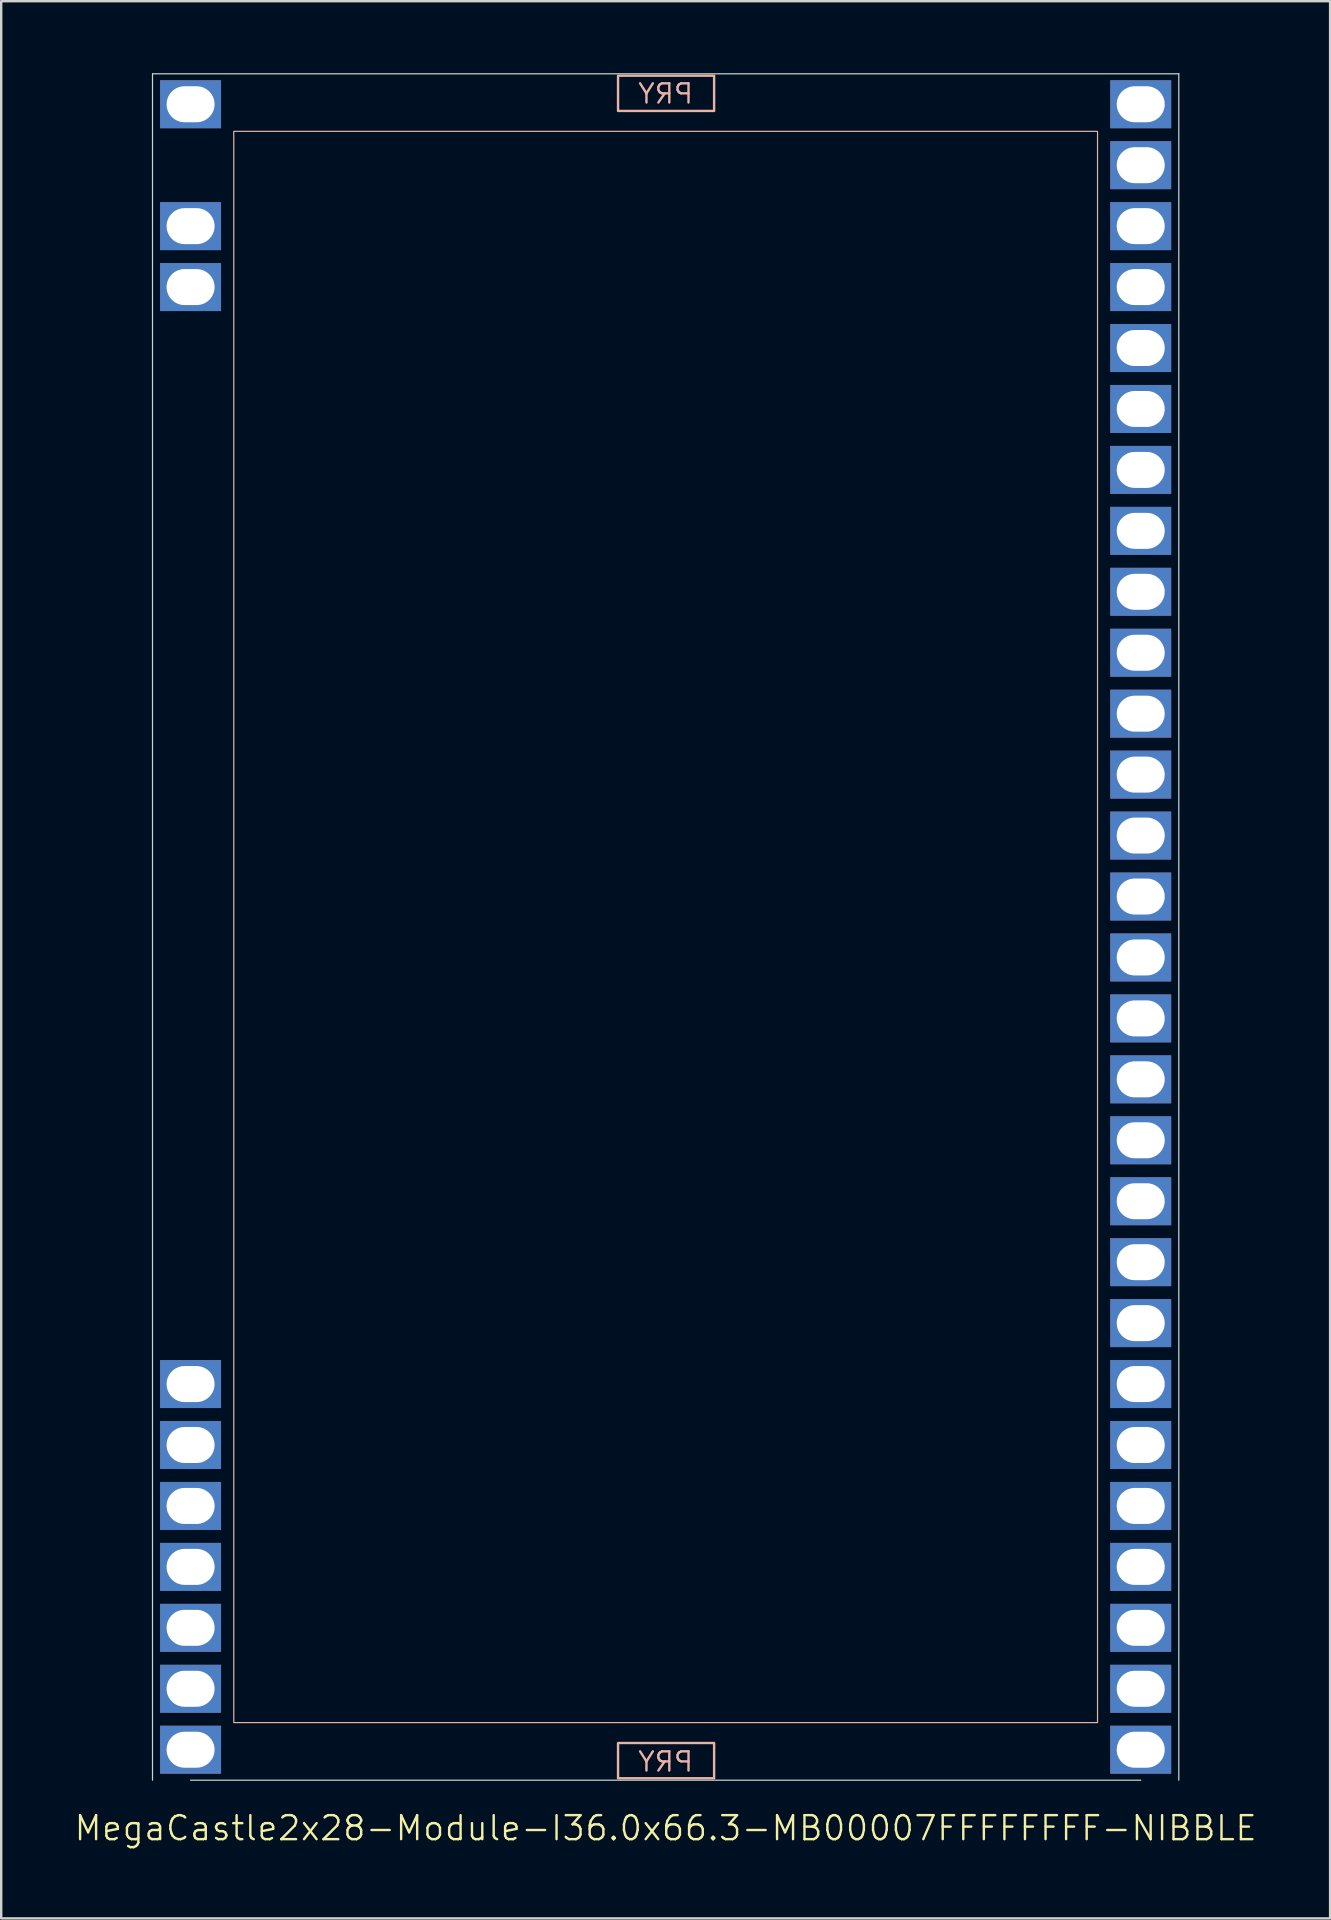
<source format=kicad_pcb>
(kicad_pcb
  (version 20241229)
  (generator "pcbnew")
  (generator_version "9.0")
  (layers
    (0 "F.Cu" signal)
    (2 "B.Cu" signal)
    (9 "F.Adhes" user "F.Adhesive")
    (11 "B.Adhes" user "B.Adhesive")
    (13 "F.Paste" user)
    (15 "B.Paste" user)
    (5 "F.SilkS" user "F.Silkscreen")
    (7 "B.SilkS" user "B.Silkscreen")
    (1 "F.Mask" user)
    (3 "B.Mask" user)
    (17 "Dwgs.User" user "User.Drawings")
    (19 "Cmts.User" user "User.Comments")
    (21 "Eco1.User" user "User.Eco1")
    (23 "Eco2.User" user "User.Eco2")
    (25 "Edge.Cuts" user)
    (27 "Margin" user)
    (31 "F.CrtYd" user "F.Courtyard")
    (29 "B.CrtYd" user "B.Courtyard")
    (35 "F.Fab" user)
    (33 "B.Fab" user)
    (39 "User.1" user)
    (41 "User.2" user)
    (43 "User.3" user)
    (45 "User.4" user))
  (footprint "MegaCastle2x28-Module-I36.0x66.3-MB00007FFFFFFFF-NIBBLE"
    (layer "F.Cu")
    (at 24.693 35.585)
    (property "Reference" "MegaCastle2x28-Module-I36.0x66.3-MB00007FFFFFFFF-NIBBLE" (at 0 37.56 0) (unlocked yes) (layer "F.SilkS") (effects (font (size 1 1) (thickness 0.1))))
    (attr smd)
    (fp_rect (start -18 33.16) (end 18 -33.16) (stroke (width 0.05) (type default)) (fill no) (layer "B.SilkS"))
    (fp_rect (start -1.984 -34.011) (end 2.02 -35.48) (stroke (width 0.1) (type default)) (fill no) (layer "B.SilkS"))
    (fp_rect (start -1.984 34.011) (end 2.02 35.48) (stroke (width 0.1) (type default)) (fill no) (layer "B.SilkS"))
    (fp_line (start -21.387 -35.56) (end -21.387 35.56) (stroke (width 0.05) (type default)) (layer "Edge.Cuts"))
    (fp_line (start -21.387 -35.56) (end 21.387 -35.56) (stroke (width 0.05) (type default)) (layer "Edge.Cuts"))
    (fp_line (start -19.8 35.56) (end 19.8 35.56) (stroke (width 0.05) (type default)) (layer "Edge.Cuts"))
    (fp_line (start 21.387 -35.56) (end 21.387 35.56) (stroke (width 0.05) (type default)) (layer "Edge.Cuts"))
    (fp_text user "PRY" (at 0 35.26 0) (unlocked yes) (layer "B.SilkS") (effects (font (size 0.8 0.8) (thickness 0.1)) (justify bottom mirror)))
    (fp_text user "PRY" (at 0 -34.26 0) (unlocked yes) (layer "B.SilkS") (effects (font (size 0.8 0.8) (thickness 0.1)) (justify bottom mirror)))
    (pad "1" thru_hole rect (at -19.8 -34.29) (size 2.54 2) (drill oval 2 1.5) (property pad_prop_castellated) (layers "*.Cu" "*.Mask"))
    (pad "3" thru_hole rect (at -19.8 -29.21) (size 2.54 2) (drill oval 2 1.5) (property pad_prop_castellated) (layers "*.Cu" "*.Mask"))
    (pad "4" thru_hole rect (at -19.8 -26.67) (size 2.54 2) (drill oval 2 1.5) (property pad_prop_castellated) (layers "*.Cu" "*.Mask"))
    (pad "22" thru_hole rect (at -19.8 19.05) (size 2.54 2) (drill oval 2 1.5) (property pad_prop_castellated) (layers "*.Cu" "*.Mask"))
    (pad "23" thru_hole rect (at -19.8 21.59) (size 2.54 2) (drill oval 2 1.5) (property pad_prop_castellated) (layers "*.Cu" "*.Mask"))
    (pad "24" thru_hole rect (at -19.8 24.13) (size 2.54 2) (drill oval 2 1.5) (property pad_prop_castellated) (layers "*.Cu" "*.Mask"))
    (pad "25" thru_hole rect (at -19.8 26.67) (size 2.54 2) (drill oval 2 1.5) (property pad_prop_castellated) (layers "*.Cu" "*.Mask"))
    (pad "26" thru_hole rect (at -19.8 29.21) (size 2.54 2) (drill oval 2 1.5) (property pad_prop_castellated) (layers "*.Cu" "*.Mask"))
    (pad "27" thru_hole rect (at -19.8 31.75) (size 2.54 2) (drill oval 2 1.5) (property pad_prop_castellated) (layers "*.Cu" "*.Mask"))
    (pad "28" thru_hole rect (at -19.8 34.29) (size 2.54 2) (drill oval 2 1.5) (property pad_prop_castellated) (layers "*.Cu" "*.Mask"))
    (pad "29" thru_hole rect (at 19.8 -34.29) (size 2.54 2) (drill oval 2 1.5) (property pad_prop_castellated) (layers "*.Cu" "*.Mask"))
    (pad "30" thru_hole rect (at 19.8 -31.75) (size 2.54 2) (drill oval 2 1.5) (property pad_prop_castellated) (layers "*.Cu" "*.Mask"))
    (pad "31" thru_hole rect (at 19.8 -29.21) (size 2.54 2) (drill oval 2 1.5) (property pad_prop_castellated) (layers "*.Cu" "*.Mask"))
    (pad "32" thru_hole rect (at 19.8 -26.67) (size 2.54 2) (drill oval 2 1.5) (property pad_prop_castellated) (layers "*.Cu" "*.Mask"))
    (pad "33" thru_hole rect (at 19.8 -24.13) (size 2.54 2) (drill oval 2 1.5) (property pad_prop_castellated) (layers "*.Cu" "*.Mask"))
    (pad "34" thru_hole rect (at 19.8 -21.59) (size 2.54 2) (drill oval 2 1.5) (property pad_prop_castellated) (layers "*.Cu" "*.Mask"))
    (pad "35" thru_hole rect (at 19.8 -19.05) (size 2.54 2) (drill oval 2 1.5) (property pad_prop_castellated) (layers "*.Cu" "*.Mask"))
    (pad "36" thru_hole rect (at 19.8 -16.51) (size 2.54 2) (drill oval 2 1.5) (property pad_prop_castellated) (layers "*.Cu" "*.Mask"))
    (pad "37" thru_hole rect (at 19.8 -13.97) (size 2.54 2) (drill oval 2 1.5) (property pad_prop_castellated) (layers "*.Cu" "*.Mask"))
    (pad "38" thru_hole rect (at 19.8 -11.43) (size 2.54 2) (drill oval 2 1.5) (property pad_prop_castellated) (layers "*.Cu" "*.Mask"))
    (pad "39" thru_hole rect (at 19.8 -8.89) (size 2.54 2) (drill oval 2 1.5) (property pad_prop_castellated) (layers "*.Cu" "*.Mask"))
    (pad "40" thru_hole rect (at 19.8 -6.35) (size 2.54 2) (drill oval 2 1.5) (property pad_prop_castellated) (layers "*.Cu" "*.Mask"))
    (pad "41" thru_hole rect (at 19.8 -3.81) (size 2.54 2) (drill oval 2 1.5) (property pad_prop_castellated) (layers "*.Cu" "*.Mask"))
    (pad "42" thru_hole rect (at 19.8 -1.27) (size 2.54 2) (drill oval 2 1.5) (property pad_prop_castellated) (layers "*.Cu" "*.Mask"))
    (pad "43" thru_hole rect (at 19.8 1.27) (size 2.54 2) (drill oval 2 1.5) (property pad_prop_castellated) (layers "*.Cu" "*.Mask"))
    (pad "44" thru_hole rect (at 19.8 3.81) (size 2.54 2) (drill oval 2 1.5) (property pad_prop_castellated) (layers "*.Cu" "*.Mask"))
    (pad "45" thru_hole rect (at 19.8 6.35) (size 2.54 2) (drill oval 2 1.5) (property pad_prop_castellated) (layers "*.Cu" "*.Mask"))
    (pad "46" thru_hole rect (at 19.8 8.89) (size 2.54 2) (drill oval 2 1.5) (property pad_prop_castellated) (layers "*.Cu" "*.Mask"))
    (pad "47" thru_hole rect (at 19.8 11.43) (size 2.54 2) (drill oval 2 1.5) (property pad_prop_castellated) (layers "*.Cu" "*.Mask"))
    (pad "48" thru_hole rect (at 19.8 13.97) (size 2.54 2) (drill oval 2 1.5) (property pad_prop_castellated) (layers "*.Cu" "*.Mask"))
    (pad "49" thru_hole rect (at 19.8 16.51) (size 2.54 2) (drill oval 2 1.5) (property pad_prop_castellated) (layers "*.Cu" "*.Mask"))
    (pad "50" thru_hole rect (at 19.8 19.05) (size 2.54 2) (drill oval 2 1.5) (property pad_prop_castellated) (layers "*.Cu" "*.Mask"))
    (pad "51" thru_hole rect (at 19.8 21.59) (size 2.54 2) (drill oval 2 1.5) (property pad_prop_castellated) (layers "*.Cu" "*.Mask"))
    (pad "52" thru_hole rect (at 19.8 24.13) (size 2.54 2) (drill oval 2 1.5) (property pad_prop_castellated) (layers "*.Cu" "*.Mask"))
    (pad "53" thru_hole rect (at 19.8 26.67) (size 2.54 2) (drill oval 2 1.5) (property pad_prop_castellated) (layers "*.Cu" "*.Mask"))
    (pad "54" thru_hole rect (at 19.8 29.21) (size 2.54 2) (drill oval 2 1.5) (property pad_prop_castellated) (layers "*.Cu" "*.Mask"))
    (pad "55" thru_hole rect (at 19.8 31.75) (size 2.54 2) (drill oval 2 1.5) (property pad_prop_castellated) (layers "*.Cu" "*.Mask"))
    (pad "56" thru_hole rect (at 19.8 34.29) (size 2.54 2) (drill oval 2 1.5) (property pad_prop_castellated) (layers "*.Cu" "*.Mask"))
    (zone (net_name "") (layer "B.Cu") (hatch edge 0.5) (connect_pads) (min_thickness 0.25) (filled_areas_thickness no) (keepout (tracks allowed) (vias allowed) (pads allowed) (copperpour allowed) (footprints not_allowed)) (placement (enabled no)) (fill) (polygon (pts (xy 4.893 71.145) (xy 4.893 0.025) (xy 6.693 0.025) (xy 6.693 71.145))))
    (zone (net_name "") (layer "B.Cu") (hatch edge 0.5) (connect_pads) (min_thickness 0.25) (filled_areas_thickness no) (keepout (tracks allowed) (vias allowed) (pads allowed) (copperpour allowed) (footprints not_allowed)) (placement (enabled no)) (fill) (polygon (pts (xy 6.693 0.025) (xy 6.693 2.425) (xy 42.693 2.425) (xy 42.693 0.025))))
    (zone (net_name "") (layer "B.Cu") (hatch edge 0.5) (connect_pads) (min_thickness 0.25) (filled_areas_thickness no) (keepout (tracks allowed) (vias allowed) (pads allowed) (copperpour allowed) (footprints not_allowed)) (placement (enabled no)) (fill) (polygon (pts (xy 6.693 71.145) (xy 6.693 68.745) (xy 42.693 68.745) (xy 42.693 71.145))))
    (zone (net_name "") (layer "B.Cu") (name "Upper Pry Zone") (hatch edge 0.5) (connect_pads) (min_thickness 0.25) (filled_areas_thickness no) (keepout (tracks not_allowed) (vias not_allowed) (pads not_allowed) (copperpour allowed) (footprints not_allowed)) (placement (enabled no)) (fill) (polygon (pts (xy 22.709 1.574) (xy 22.709 0.105) (xy 26.712 0.105) (xy 26.712 1.574))))
    (zone (net_name "") (layer "B.Cu") (name "Upper Pry Zone") (hatch edge 0.5) (connect_pads) (min_thickness 0.25) (filled_areas_thickness no) (keepout (tracks not_allowed) (vias not_allowed) (pads not_allowed) (copperpour allowed) (footprints not_allowed)) (placement (enabled no)) (fill) (polygon (pts (xy 22.709 69.596) (xy 22.709 71.065) (xy 26.712 71.065) (xy 26.712 69.596))))
    (zone (net_name "") (layer "B.Cu") (hatch edge 0.5) (connect_pads) (min_thickness 0.25) (filled_areas_thickness no) (keepout (tracks allowed) (vias allowed) (pads allowed) (copperpour allowed) (footprints not_allowed)) (placement (enabled no)) (fill) (polygon (pts (xy 44.493 71.145) (xy 44.493 0.025) (xy 42.693 0.025) (xy 42.693 71.145)))))
  (gr_rect
    (start -3 -3)
    (end 52.386 76.906)
    (stroke (width 0.1) (type default))
    (fill no)
    (layer "Edge.Cuts")))
</source>
